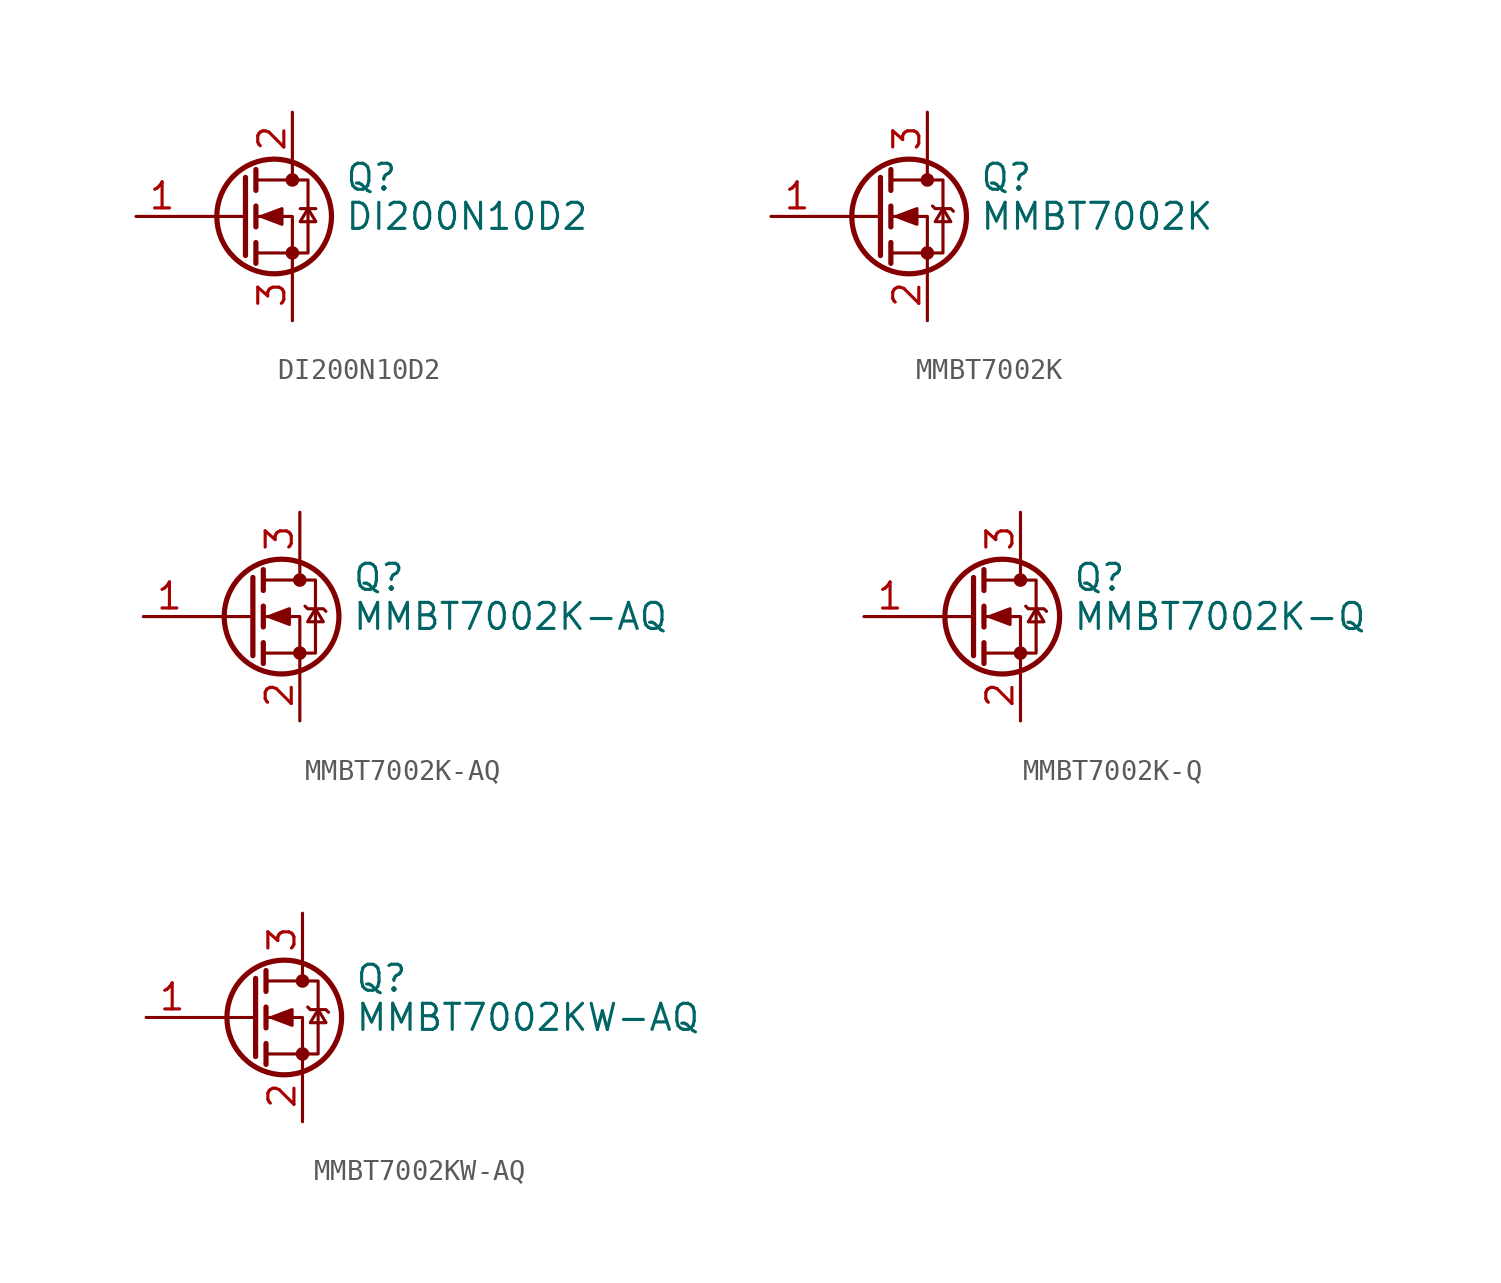
<source format=kicad_sym>
(kicad_symbol_lib
  (version 20241209)
  (generator "kicad_symbol_editor")
  (generator_version "9.0")
  (symbol "DI200N10D2"
    (pin_names
      (offset 0)
      (hide yes))
    (property "Reference" "Q"
      (at 5.08 1.905 0)
      (effects (font (size 1.27 1.27)) (justify left)))
    (property "Value" "DI200N10D2"
      (at 5.08 0 0)
      (effects (font (size 1.27 1.27)) (justify left)))
    (symbol "DI200N10D2_0_1"
      (polyline (pts (xy 0.254 1.905) (xy 0.254 -1.905)) (stroke (width 0.254) (type default)) (fill (type none)))
      (polyline (pts (xy 0.254 0) (xy -2.54 0)) (stroke (width 0) (type default)) (fill (type none)))
      (polyline (pts (xy 0.762 2.286) (xy 0.762 1.27)) (stroke (width 0.254) (type default)) (fill (type none)))
      (polyline (pts (xy 0.762 0.508) (xy 0.762 -0.508)) (stroke (width 0.254) (type default)) (fill (type none)))
      (polyline (pts (xy 0.762 -1.27) (xy 0.762 -2.286)) (stroke (width 0.254) (type default)) (fill (type none)))
      (polyline (pts (xy 0.762 -1.778) (xy 3.302 -1.778) (xy 3.302 1.778) (xy 0.762 1.778)) (stroke (width 0) (type default)) (fill (type none)))
      (polyline (pts (xy 1.016 0) (xy 2.032 0.381) (xy 2.032 -0.381) (xy 1.016 0)) (stroke (width 0) (type default)) (fill (type outline)))
      (circle (center 1.651 0) (radius 2.794) (stroke (width 0.254) (type default)) (fill (type none)))
      (polyline (pts (xy 2.54 2.54) (xy 2.54 1.778)) (stroke (width 0) (type default)) (fill (type none)))
      (circle (center 2.54 1.778) (radius 0.254) (stroke (width 0) (type default)) (fill (type outline)))
      (circle (center 2.54 -1.778) (radius 0.254) (stroke (width 0) (type default)) (fill (type outline)))
      (polyline (pts (xy 2.54 -2.54) (xy 2.54 0) (xy 0.762 0)) (stroke (width 0) (type default)) (fill (type none)))
      (polyline (pts (xy 2.921 0.381) (xy 3.683 0.381)) (stroke (width 0) (type default)) (fill (type none)))
      (polyline (pts (xy 3.302 0.381) (xy 2.921 -0.254) (xy 3.683 -0.254) (xy 3.302 0.381)) (stroke (width 0) (type default)) (fill (type none))))
    (symbol "DI200N10D2_1_1"
      (pin input line (at -5.08 0 0) (length 2.54) (name "G" (effects (font (size 1.27 1.27)))) (number "1" (effects (font (size 1.27 1.27)))))
      (pin passive line (at 2.54 5.08 270) (length 2.54) (name "D" (effects (font (size 1.27 1.27)))) (number "2" (effects (font (size 1.27 1.27)))))
      (pin passive line (at 2.54 -5.08 90) (length 2.54) (name "S" (effects (font (size 1.27 1.27)))) (number "3" (effects (font (size 1.27 1.27)))))))
  (symbol "MMBT7002K"
    (pin_names
      (hide yes))
    (property "Reference" "Q"
      (at 5.08 1.905 0)
      (effects (font (size 1.27 1.27)) (justify left)))
    (property "Value" "MMBT7002K"
      (at 5.08 0 0)
      (effects (font (size 1.27 1.27)) (justify left)))
    (symbol "MMBT7002K_0_1"
      (polyline (pts (xy 0.254 1.905) (xy 0.254 -1.905)) (stroke (width 0.254) (type default)) (fill (type none)))
      (polyline (pts (xy 0.254 0) (xy -2.54 0)) (stroke (width 0) (type default)) (fill (type none)))
      (polyline (pts (xy 0.762 2.286) (xy 0.762 1.27)) (stroke (width 0.254) (type default)) (fill (type none)))
      (polyline (pts (xy 0.762 0.508) (xy 0.762 -0.508)) (stroke (width 0.254) (type default)) (fill (type none)))
      (polyline (pts (xy 0.762 -1.27) (xy 0.762 -2.286)) (stroke (width 0.254) (type default)) (fill (type none)))
      (polyline (pts (xy 0.762 -1.778) (xy 3.302 -1.778) (xy 3.302 1.778) (xy 0.762 1.778)) (stroke (width 0) (type default)) (fill (type none)))
      (polyline (pts (xy 1.016 0) (xy 2.032 0.381) (xy 2.032 -0.381) (xy 1.016 0)) (stroke (width 0) (type default)) (fill (type outline)))
      (circle (center 1.651 0) (radius 2.794) (stroke (width 0.254) (type default)) (fill (type none)))
      (polyline (pts (xy 2.54 2.54) (xy 2.54 1.778)) (stroke (width 0) (type default)) (fill (type none)))
      (circle (center 2.54 1.778) (radius 0.254) (stroke (width 0) (type default)) (fill (type outline)))
      (circle (center 2.54 -1.778) (radius 0.254) (stroke (width 0) (type default)) (fill (type outline)))
      (polyline (pts (xy 2.54 -2.54) (xy 2.54 0) (xy 0.762 0)) (stroke (width 0) (type default)) (fill (type none)))
      (polyline (pts (xy 2.794 0.508) (xy 2.921 0.381) (xy 3.683 0.381) (xy 3.81 0.254)) (stroke (width 0) (type default)) (fill (type none)))
      (polyline (pts (xy 3.302 0.381) (xy 2.921 -0.254) (xy 3.683 -0.254) (xy 3.302 0.381)) (stroke (width 0) (type default)) (fill (type none))))
    (symbol "MMBT7002K_1_1"
      (pin input line (at -5.08 0 0) (length 2.54) (name "G" (effects (font (size 1.27 1.27)))) (number "1" (effects (font (size 1.27 1.27)))))
      (pin passive line (at 2.54 5.08 270) (length 2.54) (name "D" (effects (font (size 1.27 1.27)))) (number "3" (effects (font (size 1.27 1.27)))))
      (pin passive line (at 2.54 -5.08 90) (length 2.54) (name "S" (effects (font (size 1.27 1.27)))) (number "2" (effects (font (size 1.27 1.27)))))))
  (symbol "MMBT7002K-AQ"
    (pin_names
      (hide yes))
    (property "Reference" "Q"
      (at 5.08 1.905 0)
      (effects (font (size 1.27 1.27)) (justify left)))
    (property "Value" "MMBT7002K-AQ"
      (at 5.08 0 0)
      (effects (font (size 1.27 1.27)) (justify left)))
    (symbol "MMBT7002K-AQ_0_1"
      (polyline (pts (xy 0.254 1.905) (xy 0.254 -1.905)) (stroke (width 0.254) (type default)) (fill (type none)))
      (polyline (pts (xy 0.254 0) (xy -2.54 0)) (stroke (width 0) (type default)) (fill (type none)))
      (polyline (pts (xy 0.762 2.286) (xy 0.762 1.27)) (stroke (width 0.254) (type default)) (fill (type none)))
      (polyline (pts (xy 0.762 0.508) (xy 0.762 -0.508)) (stroke (width 0.254) (type default)) (fill (type none)))
      (polyline (pts (xy 0.762 -1.27) (xy 0.762 -2.286)) (stroke (width 0.254) (type default)) (fill (type none)))
      (polyline (pts (xy 0.762 -1.778) (xy 3.302 -1.778) (xy 3.302 1.778) (xy 0.762 1.778)) (stroke (width 0) (type default)) (fill (type none)))
      (polyline (pts (xy 1.016 0) (xy 2.032 0.381) (xy 2.032 -0.381) (xy 1.016 0)) (stroke (width 0) (type default)) (fill (type outline)))
      (circle (center 1.651 0) (radius 2.794) (stroke (width 0.254) (type default)) (fill (type none)))
      (polyline (pts (xy 2.54 2.54) (xy 2.54 1.778)) (stroke (width 0) (type default)) (fill (type none)))
      (circle (center 2.54 1.778) (radius 0.254) (stroke (width 0) (type default)) (fill (type outline)))
      (circle (center 2.54 -1.778) (radius 0.254) (stroke (width 0) (type default)) (fill (type outline)))
      (polyline (pts (xy 2.54 -2.54) (xy 2.54 0) (xy 0.762 0)) (stroke (width 0) (type default)) (fill (type none)))
      (polyline (pts (xy 2.794 0.508) (xy 2.921 0.381) (xy 3.683 0.381) (xy 3.81 0.254)) (stroke (width 0) (type default)) (fill (type none)))
      (polyline (pts (xy 3.302 0.381) (xy 2.921 -0.254) (xy 3.683 -0.254) (xy 3.302 0.381)) (stroke (width 0) (type default)) (fill (type none))))
    (symbol "MMBT7002K-AQ_1_1"
      (pin input line (at -5.08 0 0) (length 2.54) (name "G" (effects (font (size 1.27 1.27)))) (number "1" (effects (font (size 1.27 1.27)))))
      (pin passive line (at 2.54 5.08 270) (length 2.54) (name "D" (effects (font (size 1.27 1.27)))) (number "3" (effects (font (size 1.27 1.27)))))
      (pin passive line (at 2.54 -5.08 90) (length 2.54) (name "S" (effects (font (size 1.27 1.27)))) (number "2" (effects (font (size 1.27 1.27)))))))
  (symbol "MMBT7002K-Q"
    (pin_names
      (hide yes))
    (property "Reference" "Q"
      (at 5.08 1.905 0)
      (effects (font (size 1.27 1.27)) (justify left)))
    (property "Value" "MMBT7002K-Q"
      (at 5.08 0 0)
      (effects (font (size 1.27 1.27)) (justify left)))
    (symbol "MMBT7002K-Q_0_1"
      (polyline (pts (xy 0.254 1.905) (xy 0.254 -1.905)) (stroke (width 0.254) (type default)) (fill (type none)))
      (polyline (pts (xy 0.254 0) (xy -2.54 0)) (stroke (width 0) (type default)) (fill (type none)))
      (polyline (pts (xy 0.762 2.286) (xy 0.762 1.27)) (stroke (width 0.254) (type default)) (fill (type none)))
      (polyline (pts (xy 0.762 0.508) (xy 0.762 -0.508)) (stroke (width 0.254) (type default)) (fill (type none)))
      (polyline (pts (xy 0.762 -1.27) (xy 0.762 -2.286)) (stroke (width 0.254) (type default)) (fill (type none)))
      (polyline (pts (xy 0.762 -1.778) (xy 3.302 -1.778) (xy 3.302 1.778) (xy 0.762 1.778)) (stroke (width 0) (type default)) (fill (type none)))
      (polyline (pts (xy 1.016 0) (xy 2.032 0.381) (xy 2.032 -0.381) (xy 1.016 0)) (stroke (width 0) (type default)) (fill (type outline)))
      (circle (center 1.651 0) (radius 2.794) (stroke (width 0.254) (type default)) (fill (type none)))
      (polyline (pts (xy 2.54 2.54) (xy 2.54 1.778)) (stroke (width 0) (type default)) (fill (type none)))
      (circle (center 2.54 1.778) (radius 0.254) (stroke (width 0) (type default)) (fill (type outline)))
      (circle (center 2.54 -1.778) (radius 0.254) (stroke (width 0) (type default)) (fill (type outline)))
      (polyline (pts (xy 2.54 -2.54) (xy 2.54 0) (xy 0.762 0)) (stroke (width 0) (type default)) (fill (type none)))
      (polyline (pts (xy 2.794 0.508) (xy 2.921 0.381) (xy 3.683 0.381) (xy 3.81 0.254)) (stroke (width 0) (type default)) (fill (type none)))
      (polyline (pts (xy 3.302 0.381) (xy 2.921 -0.254) (xy 3.683 -0.254) (xy 3.302 0.381)) (stroke (width 0) (type default)) (fill (type none))))
    (symbol "MMBT7002K-Q_1_1"
      (pin input line (at -5.08 0 0) (length 2.54) (name "G" (effects (font (size 1.27 1.27)))) (number "1" (effects (font (size 1.27 1.27)))))
      (pin passive line (at 2.54 5.08 270) (length 2.54) (name "D" (effects (font (size 1.27 1.27)))) (number "3" (effects (font (size 1.27 1.27)))))
      (pin passive line (at 2.54 -5.08 90) (length 2.54) (name "S" (effects (font (size 1.27 1.27)))) (number "2" (effects (font (size 1.27 1.27)))))))
  (symbol "MMBT7002KW-AQ"
    (pin_names
      (hide yes))
    (property "Reference" "Q"
      (at 5.08 1.905 0)
      (effects (font (size 1.27 1.27)) (justify left)))
    (property "Value" "MMBT7002KW-AQ"
      (at 5.08 0 0)
      (effects (font (size 1.27 1.27)) (justify left)))
    (symbol "MMBT7002KW-AQ_0_1"
      (polyline (pts (xy 0.254 1.905) (xy 0.254 -1.905)) (stroke (width 0.254) (type default)) (fill (type none)))
      (polyline (pts (xy 0.254 0) (xy -2.54 0)) (stroke (width 0) (type default)) (fill (type none)))
      (polyline (pts (xy 0.762 2.286) (xy 0.762 1.27)) (stroke (width 0.254) (type default)) (fill (type none)))
      (polyline (pts (xy 0.762 0.508) (xy 0.762 -0.508)) (stroke (width 0.254) (type default)) (fill (type none)))
      (polyline (pts (xy 0.762 -1.27) (xy 0.762 -2.286)) (stroke (width 0.254) (type default)) (fill (type none)))
      (polyline (pts (xy 0.762 -1.778) (xy 3.302 -1.778) (xy 3.302 1.778) (xy 0.762 1.778)) (stroke (width 0) (type default)) (fill (type none)))
      (polyline (pts (xy 1.016 0) (xy 2.032 0.381) (xy 2.032 -0.381) (xy 1.016 0)) (stroke (width 0) (type default)) (fill (type outline)))
      (circle (center 1.651 0) (radius 2.794) (stroke (width 0.254) (type default)) (fill (type none)))
      (polyline (pts (xy 2.54 2.54) (xy 2.54 1.778)) (stroke (width 0) (type default)) (fill (type none)))
      (circle (center 2.54 1.778) (radius 0.254) (stroke (width 0) (type default)) (fill (type outline)))
      (circle (center 2.54 -1.778) (radius 0.254) (stroke (width 0) (type default)) (fill (type outline)))
      (polyline (pts (xy 2.54 -2.54) (xy 2.54 0) (xy 0.762 0)) (stroke (width 0) (type default)) (fill (type none)))
      (polyline (pts (xy 2.794 0.508) (xy 2.921 0.381) (xy 3.683 0.381) (xy 3.81 0.254)) (stroke (width 0) (type default)) (fill (type none)))
      (polyline (pts (xy 3.302 0.381) (xy 2.921 -0.254) (xy 3.683 -0.254) (xy 3.302 0.381)) (stroke (width 0) (type default)) (fill (type none))))
    (symbol "MMBT7002KW-AQ_1_1"
      (pin input line (at -5.08 0 0) (length 2.54) (name "G" (effects (font (size 1.27 1.27)))) (number "1" (effects (font (size 1.27 1.27)))))
      (pin passive line (at 2.54 5.08 270) (length 2.54) (name "D" (effects (font (size 1.27 1.27)))) (number "3" (effects (font (size 1.27 1.27)))))
      (pin passive line (at 2.54 -5.08 90) (length 2.54) (name "S" (effects (font (size 1.27 1.27)))) (number "2" (effects (font (size 1.27 1.27))))))))
</source>
